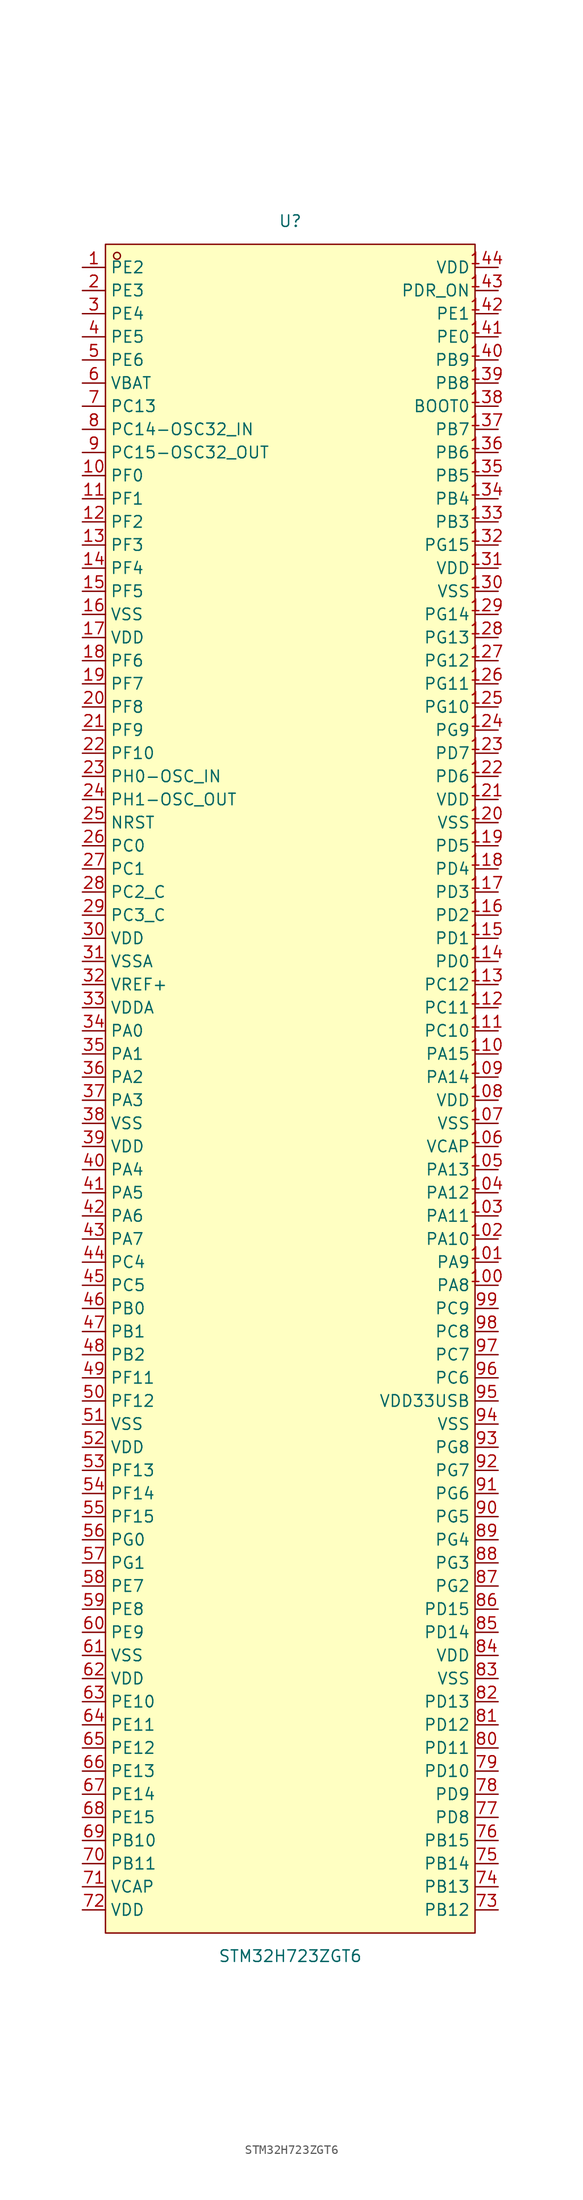
<source format=kicad_sym>
(kicad_symbol_lib
  (version 20231120)
  (generator "kicad_symbol_editor")
  (generator_version "8.0")
  (symbol "STM32H723ZGT6"
    (property "Reference" "U"
      (at 0 95.25 0)
      (effects (font (size 1.27 1.27))))
    (property "Value" "STM32H723ZGT6"
      (at 0 -95.25 0)
      (effects (font (size 1.27 1.27))))
    (symbol "STM32H723ZGT6_0_1"
      (rectangle (start -20.32 92.71) (end 20.32 -92.71) (stroke (width 0) (type default)) (fill (type background)))
      (circle (center -19.05 91.44) (radius 0.38) (stroke (width 0) (type default)) (fill (type none)))
      (pin unspecified line (at -22.86 90.17 0) (length 2.54) (name "PE2" (effects (font (size 1.27 1.27)))) (number "1" (effects (font (size 1.27 1.27)))))
      (pin unspecified line (at -22.86 67.31 0) (length 2.54) (name "PF0" (effects (font (size 1.27 1.27)))) (number "10" (effects (font (size 1.27 1.27)))))
      (pin unspecified line (at 22.86 -21.59 180) (length 2.54) (name "PA8" (effects (font (size 1.27 1.27)))) (number "100" (effects (font (size 1.27 1.27)))))
      (pin unspecified line (at 22.86 -19.05 180) (length 2.54) (name "PA9" (effects (font (size 1.27 1.27)))) (number "101" (effects (font (size 1.27 1.27)))))
      (pin unspecified line (at 22.86 -16.51 180) (length 2.54) (name "PA10" (effects (font (size 1.27 1.27)))) (number "102" (effects (font (size 1.27 1.27)))))
      (pin unspecified line (at 22.86 -13.97 180) (length 2.54) (name "PA11" (effects (font (size 1.27 1.27)))) (number "103" (effects (font (size 1.27 1.27)))))
      (pin unspecified line (at 22.86 -11.43 180) (length 2.54) (name "PA12" (effects (font (size 1.27 1.27)))) (number "104" (effects (font (size 1.27 1.27)))))
      (pin unspecified line (at 22.86 -8.89 180) (length 2.54) (name "PA13" (effects (font (size 1.27 1.27)))) (number "105" (effects (font (size 1.27 1.27)))))
      (pin unspecified line (at 22.86 -6.35 180) (length 2.54) (name "VCAP" (effects (font (size 1.27 1.27)))) (number "106" (effects (font (size 1.27 1.27)))))
      (pin unspecified line (at 22.86 -3.81 180) (length 2.54) (name "VSS" (effects (font (size 1.27 1.27)))) (number "107" (effects (font (size 1.27 1.27)))))
      (pin unspecified line (at 22.86 -1.27 180) (length 2.54) (name "VDD" (effects (font (size 1.27 1.27)))) (number "108" (effects (font (size 1.27 1.27)))))
      (pin unspecified line (at 22.86 1.27 180) (length 2.54) (name "PA14" (effects (font (size 1.27 1.27)))) (number "109" (effects (font (size 1.27 1.27)))))
      (pin unspecified line (at -22.86 64.77 0) (length 2.54) (name "PF1" (effects (font (size 1.27 1.27)))) (number "11" (effects (font (size 1.27 1.27)))))
      (pin unspecified line (at 22.86 3.81 180) (length 2.54) (name "PA15" (effects (font (size 1.27 1.27)))) (number "110" (effects (font (size 1.27 1.27)))))
      (pin unspecified line (at 22.86 6.35 180) (length 2.54) (name "PC10" (effects (font (size 1.27 1.27)))) (number "111" (effects (font (size 1.27 1.27)))))
      (pin unspecified line (at 22.86 8.89 180) (length 2.54) (name "PC11" (effects (font (size 1.27 1.27)))) (number "112" (effects (font (size 1.27 1.27)))))
      (pin unspecified line (at 22.86 11.43 180) (length 2.54) (name "PC12" (effects (font (size 1.27 1.27)))) (number "113" (effects (font (size 1.27 1.27)))))
      (pin unspecified line (at 22.86 13.97 180) (length 2.54) (name "PD0" (effects (font (size 1.27 1.27)))) (number "114" (effects (font (size 1.27 1.27)))))
      (pin unspecified line (at 22.86 16.51 180) (length 2.54) (name "PD1" (effects (font (size 1.27 1.27)))) (number "115" (effects (font (size 1.27 1.27)))))
      (pin unspecified line (at 22.86 19.05 180) (length 2.54) (name "PD2" (effects (font (size 1.27 1.27)))) (number "116" (effects (font (size 1.27 1.27)))))
      (pin unspecified line (at 22.86 21.59 180) (length 2.54) (name "PD3" (effects (font (size 1.27 1.27)))) (number "117" (effects (font (size 1.27 1.27)))))
      (pin unspecified line (at 22.86 24.13 180) (length 2.54) (name "PD4" (effects (font (size 1.27 1.27)))) (number "118" (effects (font (size 1.27 1.27)))))
      (pin unspecified line (at 22.86 26.67 180) (length 2.54) (name "PD5" (effects (font (size 1.27 1.27)))) (number "119" (effects (font (size 1.27 1.27)))))
      (pin unspecified line (at -22.86 62.23 0) (length 2.54) (name "PF2" (effects (font (size 1.27 1.27)))) (number "12" (effects (font (size 1.27 1.27)))))
      (pin unspecified line (at 22.86 29.21 180) (length 2.54) (name "VSS" (effects (font (size 1.27 1.27)))) (number "120" (effects (font (size 1.27 1.27)))))
      (pin unspecified line (at 22.86 31.75 180) (length 2.54) (name "VDD" (effects (font (size 1.27 1.27)))) (number "121" (effects (font (size 1.27 1.27)))))
      (pin unspecified line (at 22.86 34.29 180) (length 2.54) (name "PD6" (effects (font (size 1.27 1.27)))) (number "122" (effects (font (size 1.27 1.27)))))
      (pin unspecified line (at 22.86 36.83 180) (length 2.54) (name "PD7" (effects (font (size 1.27 1.27)))) (number "123" (effects (font (size 1.27 1.27)))))
      (pin unspecified line (at 22.86 39.37 180) (length 2.54) (name "PG9" (effects (font (size 1.27 1.27)))) (number "124" (effects (font (size 1.27 1.27)))))
      (pin unspecified line (at 22.86 41.91 180) (length 2.54) (name "PG10" (effects (font (size 1.27 1.27)))) (number "125" (effects (font (size 1.27 1.27)))))
      (pin unspecified line (at 22.86 44.45 180) (length 2.54) (name "PG11" (effects (font (size 1.27 1.27)))) (number "126" (effects (font (size 1.27 1.27)))))
      (pin unspecified line (at 22.86 46.99 180) (length 2.54) (name "PG12" (effects (font (size 1.27 1.27)))) (number "127" (effects (font (size 1.27 1.27)))))
      (pin unspecified line (at 22.86 49.53 180) (length 2.54) (name "PG13" (effects (font (size 1.27 1.27)))) (number "128" (effects (font (size 1.27 1.27)))))
      (pin unspecified line (at 22.86 52.07 180) (length 2.54) (name "PG14" (effects (font (size 1.27 1.27)))) (number "129" (effects (font (size 1.27 1.27)))))
      (pin unspecified line (at -22.86 59.69 0) (length 2.54) (name "PF3" (effects (font (size 1.27 1.27)))) (number "13" (effects (font (size 1.27 1.27)))))
      (pin unspecified line (at 22.86 54.61 180) (length 2.54) (name "VSS" (effects (font (size 1.27 1.27)))) (number "130" (effects (font (size 1.27 1.27)))))
      (pin unspecified line (at 22.86 57.15 180) (length 2.54) (name "VDD" (effects (font (size 1.27 1.27)))) (number "131" (effects (font (size 1.27 1.27)))))
      (pin unspecified line (at 22.86 59.69 180) (length 2.54) (name "PG15" (effects (font (size 1.27 1.27)))) (number "132" (effects (font (size 1.27 1.27)))))
      (pin unspecified line (at 22.86 62.23 180) (length 2.54) (name "PB3" (effects (font (size 1.27 1.27)))) (number "133" (effects (font (size 1.27 1.27)))))
      (pin unspecified line (at 22.86 64.77 180) (length 2.54) (name "PB4" (effects (font (size 1.27 1.27)))) (number "134" (effects (font (size 1.27 1.27)))))
      (pin unspecified line (at 22.86 67.31 180) (length 2.54) (name "PB5" (effects (font (size 1.27 1.27)))) (number "135" (effects (font (size 1.27 1.27)))))
      (pin unspecified line (at 22.86 69.85 180) (length 2.54) (name "PB6" (effects (font (size 1.27 1.27)))) (number "136" (effects (font (size 1.27 1.27)))))
      (pin unspecified line (at 22.86 72.39 180) (length 2.54) (name "PB7" (effects (font (size 1.27 1.27)))) (number "137" (effects (font (size 1.27 1.27)))))
      (pin unspecified line (at 22.86 74.93 180) (length 2.54) (name "BOOT0" (effects (font (size 1.27 1.27)))) (number "138" (effects (font (size 1.27 1.27)))))
      (pin unspecified line (at 22.86 77.47 180) (length 2.54) (name "PB8" (effects (font (size 1.27 1.27)))) (number "139" (effects (font (size 1.27 1.27)))))
      (pin unspecified line (at -22.86 57.15 0) (length 2.54) (name "PF4" (effects (font (size 1.27 1.27)))) (number "14" (effects (font (size 1.27 1.27)))))
      (pin unspecified line (at 22.86 80.01 180) (length 2.54) (name "PB9" (effects (font (size 1.27 1.27)))) (number "140" (effects (font (size 1.27 1.27)))))
      (pin unspecified line (at 22.86 82.55 180) (length 2.54) (name "PE0" (effects (font (size 1.27 1.27)))) (number "141" (effects (font (size 1.27 1.27)))))
      (pin unspecified line (at 22.86 85.09 180) (length 2.54) (name "PE1" (effects (font (size 1.27 1.27)))) (number "142" (effects (font (size 1.27 1.27)))))
      (pin unspecified line (at 22.86 87.63 180) (length 2.54) (name "PDR_ON" (effects (font (size 1.27 1.27)))) (number "143" (effects (font (size 1.27 1.27)))))
      (pin unspecified line (at 22.86 90.17 180) (length 2.54) (name "VDD" (effects (font (size 1.27 1.27)))) (number "144" (effects (font (size 1.27 1.27)))))
      (pin unspecified line (at -22.86 54.61 0) (length 2.54) (name "PF5" (effects (font (size 1.27 1.27)))) (number "15" (effects (font (size 1.27 1.27)))))
      (pin unspecified line (at -22.86 52.07 0) (length 2.54) (name "VSS" (effects (font (size 1.27 1.27)))) (number "16" (effects (font (size 1.27 1.27)))))
      (pin unspecified line (at -22.86 49.53 0) (length 2.54) (name "VDD" (effects (font (size 1.27 1.27)))) (number "17" (effects (font (size 1.27 1.27)))))
      (pin unspecified line (at -22.86 46.99 0) (length 2.54) (name "PF6" (effects (font (size 1.27 1.27)))) (number "18" (effects (font (size 1.27 1.27)))))
      (pin unspecified line (at -22.86 44.45 0) (length 2.54) (name "PF7" (effects (font (size 1.27 1.27)))) (number "19" (effects (font (size 1.27 1.27)))))
      (pin unspecified line (at -22.86 87.63 0) (length 2.54) (name "PE3" (effects (font (size 1.27 1.27)))) (number "2" (effects (font (size 1.27 1.27)))))
      (pin unspecified line (at -22.86 41.91 0) (length 2.54) (name "PF8" (effects (font (size 1.27 1.27)))) (number "20" (effects (font (size 1.27 1.27)))))
      (pin unspecified line (at -22.86 39.37 0) (length 2.54) (name "PF9" (effects (font (size 1.27 1.27)))) (number "21" (effects (font (size 1.27 1.27)))))
      (pin unspecified line (at -22.86 36.83 0) (length 2.54) (name "PF10" (effects (font (size 1.27 1.27)))) (number "22" (effects (font (size 1.27 1.27)))))
      (pin unspecified line (at -22.86 34.29 0) (length 2.54) (name "PH0-OSC_IN" (effects (font (size 1.27 1.27)))) (number "23" (effects (font (size 1.27 1.27)))))
      (pin unspecified line (at -22.86 31.75 0) (length 2.54) (name "PH1-OSC_OUT" (effects (font (size 1.27 1.27)))) (number "24" (effects (font (size 1.27 1.27)))))
      (pin unspecified line (at -22.86 29.21 0) (length 2.54) (name "NRST" (effects (font (size 1.27 1.27)))) (number "25" (effects (font (size 1.27 1.27)))))
      (pin unspecified line (at -22.86 26.67 0) (length 2.54) (name "PC0" (effects (font (size 1.27 1.27)))) (number "26" (effects (font (size 1.27 1.27)))))
      (pin unspecified line (at -22.86 24.13 0) (length 2.54) (name "PC1" (effects (font (size 1.27 1.27)))) (number "27" (effects (font (size 1.27 1.27)))))
      (pin unspecified line (at -22.86 21.59 0) (length 2.54) (name "PC2_C" (effects (font (size 1.27 1.27)))) (number "28" (effects (font (size 1.27 1.27)))))
      (pin unspecified line (at -22.86 19.05 0) (length 2.54) (name "PC3_C" (effects (font (size 1.27 1.27)))) (number "29" (effects (font (size 1.27 1.27)))))
      (pin unspecified line (at -22.86 85.09 0) (length 2.54) (name "PE4" (effects (font (size 1.27 1.27)))) (number "3" (effects (font (size 1.27 1.27)))))
      (pin unspecified line (at -22.86 16.51 0) (length 2.54) (name "VDD" (effects (font (size 1.27 1.27)))) (number "30" (effects (font (size 1.27 1.27)))))
      (pin unspecified line (at -22.86 13.97 0) (length 2.54) (name "VSSA" (effects (font (size 1.27 1.27)))) (number "31" (effects (font (size 1.27 1.27)))))
      (pin unspecified line (at -22.86 11.43 0) (length 2.54) (name "VREF+" (effects (font (size 1.27 1.27)))) (number "32" (effects (font (size 1.27 1.27)))))
      (pin unspecified line (at -22.86 8.89 0) (length 2.54) (name "VDDA" (effects (font (size 1.27 1.27)))) (number "33" (effects (font (size 1.27 1.27)))))
      (pin unspecified line (at -22.86 6.35 0) (length 2.54) (name "PA0" (effects (font (size 1.27 1.27)))) (number "34" (effects (font (size 1.27 1.27)))))
      (pin unspecified line (at -22.86 3.81 0) (length 2.54) (name "PA1" (effects (font (size 1.27 1.27)))) (number "35" (effects (font (size 1.27 1.27)))))
      (pin unspecified line (at -22.86 1.27 0) (length 2.54) (name "PA2" (effects (font (size 1.27 1.27)))) (number "36" (effects (font (size 1.27 1.27)))))
      (pin unspecified line (at -22.86 -1.27 0) (length 2.54) (name "PA3" (effects (font (size 1.27 1.27)))) (number "37" (effects (font (size 1.27 1.27)))))
      (pin unspecified line (at -22.86 -3.81 0) (length 2.54) (name "VSS" (effects (font (size 1.27 1.27)))) (number "38" (effects (font (size 1.27 1.27)))))
      (pin unspecified line (at -22.86 -6.35 0) (length 2.54) (name "VDD" (effects (font (size 1.27 1.27)))) (number "39" (effects (font (size 1.27 1.27)))))
      (pin unspecified line (at -22.86 82.55 0) (length 2.54) (name "PE5" (effects (font (size 1.27 1.27)))) (number "4" (effects (font (size 1.27 1.27)))))
      (pin unspecified line (at -22.86 -8.89 0) (length 2.54) (name "PA4" (effects (font (size 1.27 1.27)))) (number "40" (effects (font (size 1.27 1.27)))))
      (pin unspecified line (at -22.86 -11.43 0) (length 2.54) (name "PA5" (effects (font (size 1.27 1.27)))) (number "41" (effects (font (size 1.27 1.27)))))
      (pin unspecified line (at -22.86 -13.97 0) (length 2.54) (name "PA6" (effects (font (size 1.27 1.27)))) (number "42" (effects (font (size 1.27 1.27)))))
      (pin unspecified line (at -22.86 -16.51 0) (length 2.54) (name "PA7" (effects (font (size 1.27 1.27)))) (number "43" (effects (font (size 1.27 1.27)))))
      (pin unspecified line (at -22.86 -19.05 0) (length 2.54) (name "PC4" (effects (font (size 1.27 1.27)))) (number "44" (effects (font (size 1.27 1.27)))))
      (pin unspecified line (at -22.86 -21.59 0) (length 2.54) (name "PC5" (effects (font (size 1.27 1.27)))) (number "45" (effects (font (size 1.27 1.27)))))
      (pin unspecified line (at -22.86 -24.13 0) (length 2.54) (name "PB0" (effects (font (size 1.27 1.27)))) (number "46" (effects (font (size 1.27 1.27)))))
      (pin unspecified line (at -22.86 -26.67 0) (length 2.54) (name "PB1" (effects (font (size 1.27 1.27)))) (number "47" (effects (font (size 1.27 1.27)))))
      (pin unspecified line (at -22.86 -29.21 0) (length 2.54) (name "PB2" (effects (font (size 1.27 1.27)))) (number "48" (effects (font (size 1.27 1.27)))))
      (pin unspecified line (at -22.86 -31.75 0) (length 2.54) (name "PF11" (effects (font (size 1.27 1.27)))) (number "49" (effects (font (size 1.27 1.27)))))
      (pin unspecified line (at -22.86 80.01 0) (length 2.54) (name "PE6" (effects (font (size 1.27 1.27)))) (number "5" (effects (font (size 1.27 1.27)))))
      (pin unspecified line (at -22.86 -34.29 0) (length 2.54) (name "PF12" (effects (font (size 1.27 1.27)))) (number "50" (effects (font (size 1.27 1.27)))))
      (pin unspecified line (at -22.86 -36.83 0) (length 2.54) (name "VSS" (effects (font (size 1.27 1.27)))) (number "51" (effects (font (size 1.27 1.27)))))
      (pin unspecified line (at -22.86 -39.37 0) (length 2.54) (name "VDD" (effects (font (size 1.27 1.27)))) (number "52" (effects (font (size 1.27 1.27)))))
      (pin unspecified line (at -22.86 -41.91 0) (length 2.54) (name "PF13" (effects (font (size 1.27 1.27)))) (number "53" (effects (font (size 1.27 1.27)))))
      (pin unspecified line (at -22.86 -44.45 0) (length 2.54) (name "PF14" (effects (font (size 1.27 1.27)))) (number "54" (effects (font (size 1.27 1.27)))))
      (pin unspecified line (at -22.86 -46.99 0) (length 2.54) (name "PF15" (effects (font (size 1.27 1.27)))) (number "55" (effects (font (size 1.27 1.27)))))
      (pin unspecified line (at -22.86 -49.53 0) (length 2.54) (name "PG0" (effects (font (size 1.27 1.27)))) (number "56" (effects (font (size 1.27 1.27)))))
      (pin unspecified line (at -22.86 -52.07 0) (length 2.54) (name "PG1" (effects (font (size 1.27 1.27)))) (number "57" (effects (font (size 1.27 1.27)))))
      (pin unspecified line (at -22.86 -54.61 0) (length 2.54) (name "PE7" (effects (font (size 1.27 1.27)))) (number "58" (effects (font (size 1.27 1.27)))))
      (pin unspecified line (at -22.86 -57.15 0) (length 2.54) (name "PE8" (effects (font (size 1.27 1.27)))) (number "59" (effects (font (size 1.27 1.27)))))
      (pin unspecified line (at -22.86 77.47 0) (length 2.54) (name "VBAT" (effects (font (size 1.27 1.27)))) (number "6" (effects (font (size 1.27 1.27)))))
      (pin unspecified line (at -22.86 -59.69 0) (length 2.54) (name "PE9" (effects (font (size 1.27 1.27)))) (number "60" (effects (font (size 1.27 1.27)))))
      (pin unspecified line (at -22.86 -62.23 0) (length 2.54) (name "VSS" (effects (font (size 1.27 1.27)))) (number "61" (effects (font (size 1.27 1.27)))))
      (pin unspecified line (at -22.86 -64.77 0) (length 2.54) (name "VDD" (effects (font (size 1.27 1.27)))) (number "62" (effects (font (size 1.27 1.27)))))
      (pin unspecified line (at -22.86 -67.31 0) (length 2.54) (name "PE10" (effects (font (size 1.27 1.27)))) (number "63" (effects (font (size 1.27 1.27)))))
      (pin unspecified line (at -22.86 -69.85 0) (length 2.54) (name "PE11" (effects (font (size 1.27 1.27)))) (number "64" (effects (font (size 1.27 1.27)))))
      (pin unspecified line (at -22.86 -72.39 0) (length 2.54) (name "PE12" (effects (font (size 1.27 1.27)))) (number "65" (effects (font (size 1.27 1.27)))))
      (pin unspecified line (at -22.86 -74.93 0) (length 2.54) (name "PE13" (effects (font (size 1.27 1.27)))) (number "66" (effects (font (size 1.27 1.27)))))
      (pin unspecified line (at -22.86 -77.47 0) (length 2.54) (name "PE14" (effects (font (size 1.27 1.27)))) (number "67" (effects (font (size 1.27 1.27)))))
      (pin unspecified line (at -22.86 -80.01 0) (length 2.54) (name "PE15" (effects (font (size 1.27 1.27)))) (number "68" (effects (font (size 1.27 1.27)))))
      (pin unspecified line (at -22.86 -82.55 0) (length 2.54) (name "PB10" (effects (font (size 1.27 1.27)))) (number "69" (effects (font (size 1.27 1.27)))))
      (pin unspecified line (at -22.86 74.93 0) (length 2.54) (name "PC13" (effects (font (size 1.27 1.27)))) (number "7" (effects (font (size 1.27 1.27)))))
      (pin unspecified line (at -22.86 -85.09 0) (length 2.54) (name "PB11" (effects (font (size 1.27 1.27)))) (number "70" (effects (font (size 1.27 1.27)))))
      (pin unspecified line (at -22.86 -87.63 0) (length 2.54) (name "VCAP" (effects (font (size 1.27 1.27)))) (number "71" (effects (font (size 1.27 1.27)))))
      (pin unspecified line (at -22.86 -90.17 0) (length 2.54) (name "VDD" (effects (font (size 1.27 1.27)))) (number "72" (effects (font (size 1.27 1.27)))))
      (pin unspecified line (at 22.86 -90.17 180) (length 2.54) (name "PB12" (effects (font (size 1.27 1.27)))) (number "73" (effects (font (size 1.27 1.27)))))
      (pin unspecified line (at 22.86 -87.63 180) (length 2.54) (name "PB13" (effects (font (size 1.27 1.27)))) (number "74" (effects (font (size 1.27 1.27)))))
      (pin unspecified line (at 22.86 -85.09 180) (length 2.54) (name "PB14" (effects (font (size 1.27 1.27)))) (number "75" (effects (font (size 1.27 1.27)))))
      (pin unspecified line (at 22.86 -82.55 180) (length 2.54) (name "PB15" (effects (font (size 1.27 1.27)))) (number "76" (effects (font (size 1.27 1.27)))))
      (pin unspecified line (at 22.86 -80.01 180) (length 2.54) (name "PD8" (effects (font (size 1.27 1.27)))) (number "77" (effects (font (size 1.27 1.27)))))
      (pin unspecified line (at 22.86 -77.47 180) (length 2.54) (name "PD9" (effects (font (size 1.27 1.27)))) (number "78" (effects (font (size 1.27 1.27)))))
      (pin unspecified line (at 22.86 -74.93 180) (length 2.54) (name "PD10" (effects (font (size 1.27 1.27)))) (number "79" (effects (font (size 1.27 1.27)))))
      (pin unspecified line (at -22.86 72.39 0) (length 2.54) (name "PC14-OSC32_IN" (effects (font (size 1.27 1.27)))) (number "8" (effects (font (size 1.27 1.27)))))
      (pin unspecified line (at 22.86 -72.39 180) (length 2.54) (name "PD11" (effects (font (size 1.27 1.27)))) (number "80" (effects (font (size 1.27 1.27)))))
      (pin unspecified line (at 22.86 -69.85 180) (length 2.54) (name "PD12" (effects (font (size 1.27 1.27)))) (number "81" (effects (font (size 1.27 1.27)))))
      (pin unspecified line (at 22.86 -67.31 180) (length 2.54) (name "PD13" (effects (font (size 1.27 1.27)))) (number "82" (effects (font (size 1.27 1.27)))))
      (pin unspecified line (at 22.86 -64.77 180) (length 2.54) (name "VSS" (effects (font (size 1.27 1.27)))) (number "83" (effects (font (size 1.27 1.27)))))
      (pin unspecified line (at 22.86 -62.23 180) (length 2.54) (name "VDD" (effects (font (size 1.27 1.27)))) (number "84" (effects (font (size 1.27 1.27)))))
      (pin unspecified line (at 22.86 -59.69 180) (length 2.54) (name "PD14" (effects (font (size 1.27 1.27)))) (number "85" (effects (font (size 1.27 1.27)))))
      (pin unspecified line (at 22.86 -57.15 180) (length 2.54) (name "PD15" (effects (font (size 1.27 1.27)))) (number "86" (effects (font (size 1.27 1.27)))))
      (pin unspecified line (at 22.86 -54.61 180) (length 2.54) (name "PG2" (effects (font (size 1.27 1.27)))) (number "87" (effects (font (size 1.27 1.27)))))
      (pin unspecified line (at 22.86 -52.07 180) (length 2.54) (name "PG3" (effects (font (size 1.27 1.27)))) (number "88" (effects (font (size 1.27 1.27)))))
      (pin unspecified line (at 22.86 -49.53 180) (length 2.54) (name "PG4" (effects (font (size 1.27 1.27)))) (number "89" (effects (font (size 1.27 1.27)))))
      (pin unspecified line (at -22.86 69.85 0) (length 2.54) (name "PC15-OSC32_OUT" (effects (font (size 1.27 1.27)))) (number "9" (effects (font (size 1.27 1.27)))))
      (pin unspecified line (at 22.86 -46.99 180) (length 2.54) (name "PG5" (effects (font (size 1.27 1.27)))) (number "90" (effects (font (size 1.27 1.27)))))
      (pin unspecified line (at 22.86 -44.45 180) (length 2.54) (name "PG6" (effects (font (size 1.27 1.27)))) (number "91" (effects (font (size 1.27 1.27)))))
      (pin unspecified line (at 22.86 -41.91 180) (length 2.54) (name "PG7" (effects (font (size 1.27 1.27)))) (number "92" (effects (font (size 1.27 1.27)))))
      (pin unspecified line (at 22.86 -39.37 180) (length 2.54) (name "PG8" (effects (font (size 1.27 1.27)))) (number "93" (effects (font (size 1.27 1.27)))))
      (pin unspecified line (at 22.86 -36.83 180) (length 2.54) (name "VSS" (effects (font (size 1.27 1.27)))) (number "94" (effects (font (size 1.27 1.27)))))
      (pin unspecified line (at 22.86 -34.29 180) (length 2.54) (name "VDD33USB" (effects (font (size 1.27 1.27)))) (number "95" (effects (font (size 1.27 1.27)))))
      (pin unspecified line (at 22.86 -31.75 180) (length 2.54) (name "PC6" (effects (font (size 1.27 1.27)))) (number "96" (effects (font (size 1.27 1.27)))))
      (pin unspecified line (at 22.86 -29.21 180) (length 2.54) (name "PC7" (effects (font (size 1.27 1.27)))) (number "97" (effects (font (size 1.27 1.27)))))
      (pin unspecified line (at 22.86 -26.67 180) (length 2.54) (name "PC8" (effects (font (size 1.27 1.27)))) (number "98" (effects (font (size 1.27 1.27)))))
      (pin unspecified line (at 22.86 -24.13 180) (length 2.54) (name "PC9" (effects (font (size 1.27 1.27)))) (number "99" (effects (font (size 1.27 1.27))))))))
</source>
